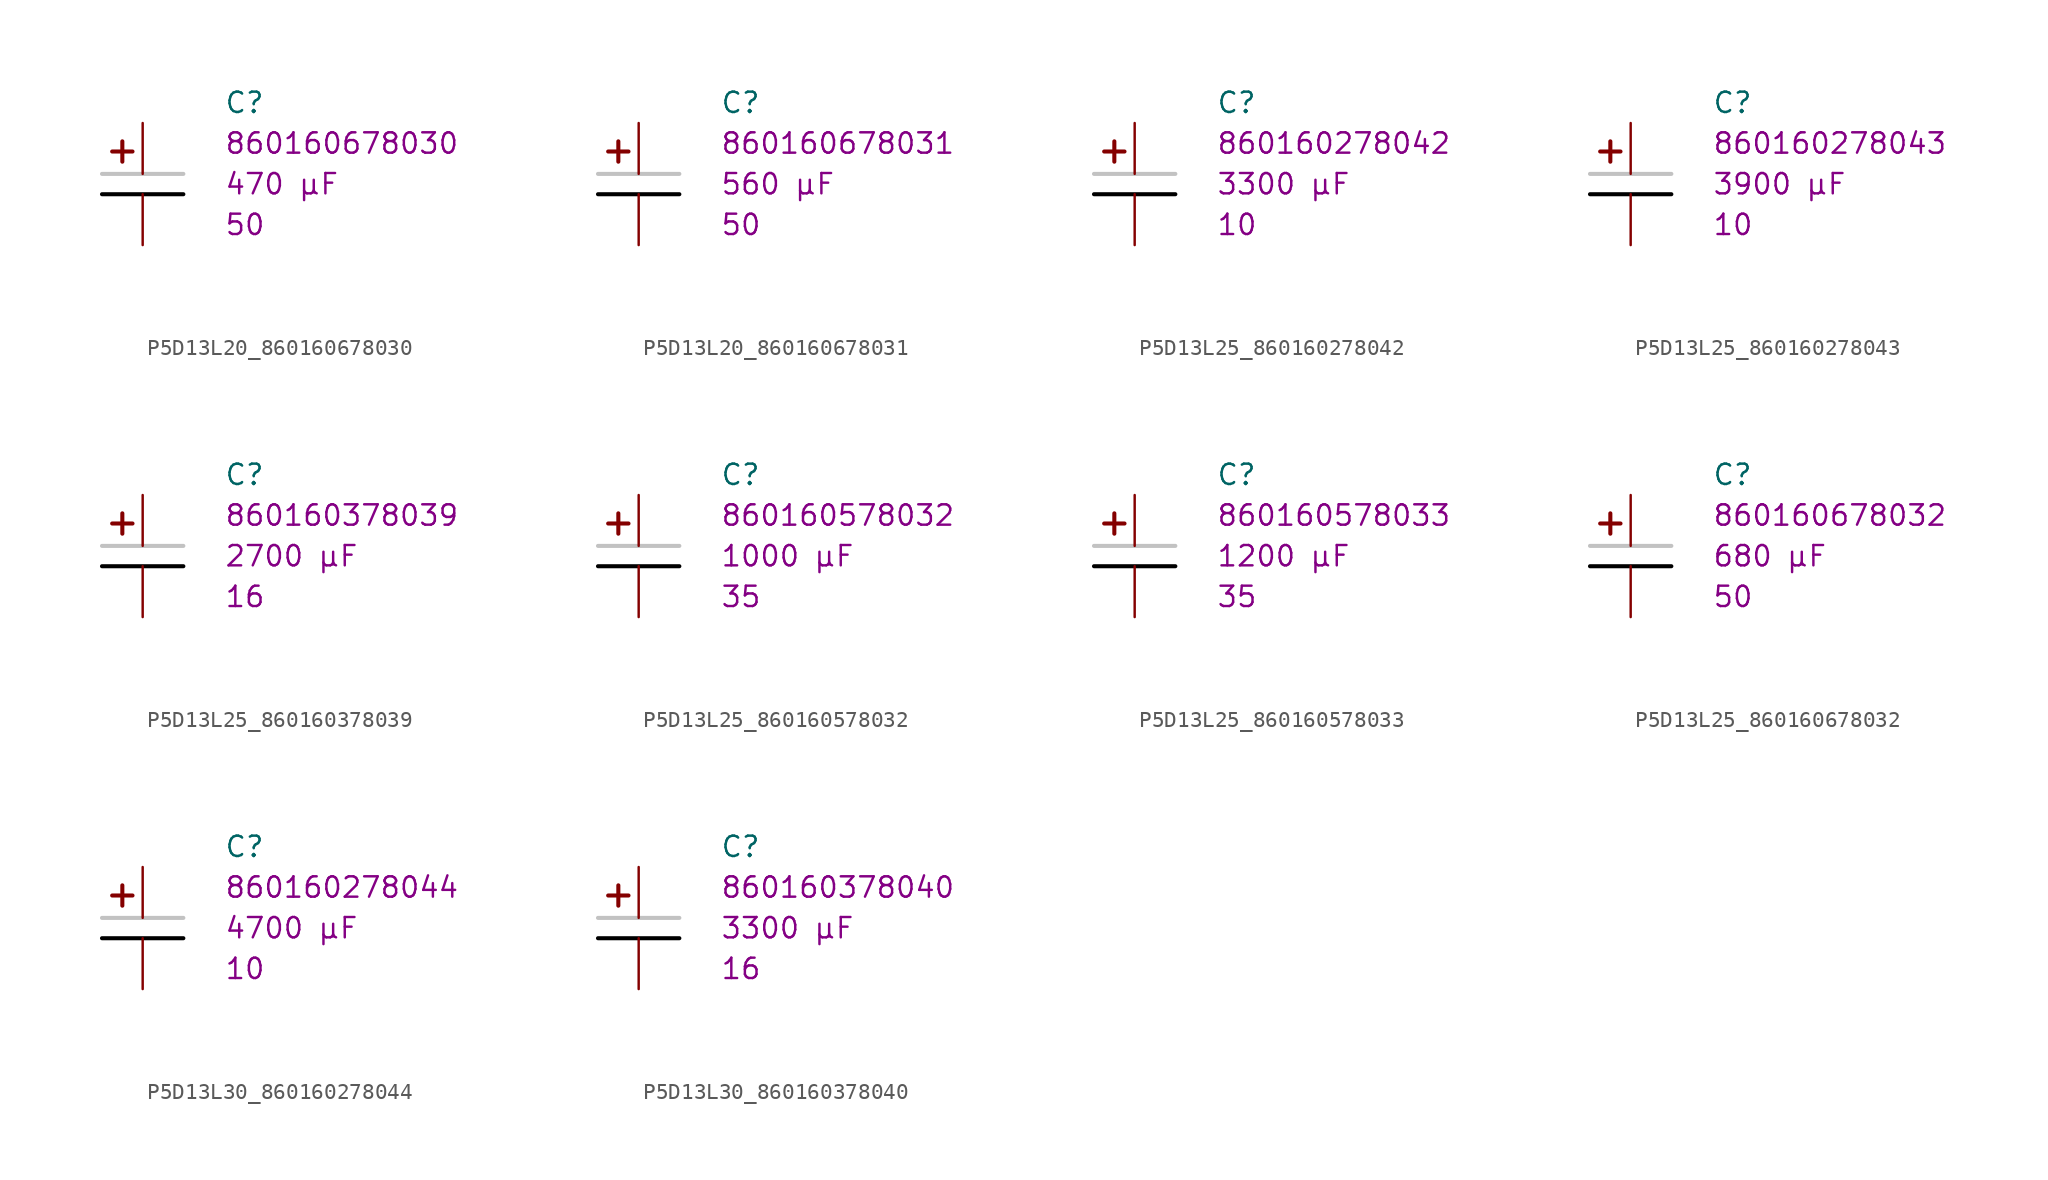
<source format=kicad_sym>
(kicad_symbol_lib
  (version 20220914)
  (generator kicad_symbol_editor)
  (symbol "P5D13L20_860160678030"
    (pin_numbers hide)
    (pin_names hide)
    (property "Reference" "C"
      (at 5.08 5.08 0)
      (effects (font (size 1.27 1.27)) (justify left)))
    (property "Part Number" "860160678030"
      (at 5.08 2.54 0)
      (effects (font (size 1.27 1.27)) (justify left)))
    (property "Capacitance" "470 µF"
      (at 5.08 0 0)
      (effects (font (size 1.27 1.27)) (justify left)))
    (property "Voltage" "50"
      (at 5.08 -2.54 0)
      (effects (font (size 1.27 1.27)) (justify left)))
    (property "Critical Parameter" ""
      (at 0 -7.62 0)
      (effects (font (size 1.27 1.27))))
    (symbol "P5D13L20_860160678030_1_1"
      (polyline (pts (xy -1.27 2.667) (xy -1.27 1.397)) (stroke (width 0.254) (type default)) (fill (type none)))
      (polyline (pts (xy -0.635 2.032) (xy -1.905 2.032)) (stroke (width 0.254) (type default)) (fill (type none)))
      (polyline (pts (xy 2.54 -0.635) (xy -2.54 -0.635)) (stroke (width 0.254) (type default) (color 0 0 0 1)) (fill (type none)))
      (polyline (pts (xy 2.54 0.635) (xy -2.54 0.635)) (stroke (width 0.254) (type default) (color 194 194 194 1)) (fill (type none)))
      (pin passive line (at 0 3.81 270) (length 3.175) (name "1" (effects (font (size 1.27 1.27)))) (number "1" (effects (font (size 1.27 1.27)))))
      (pin passive line (at 0 -3.81 90) (length 3.175) (name "2" (effects (font (size 1.27 1.27)))) (number "2" (effects (font (size 1.27 1.27)))))))
  (symbol "P5D13L20_860160678031"
    (pin_numbers hide)
    (pin_names hide)
    (property "Reference" "C"
      (at 5.08 5.08 0)
      (effects (font (size 1.27 1.27)) (justify left)))
    (property "Part Number" "860160678031"
      (at 5.08 2.54 0)
      (effects (font (size 1.27 1.27)) (justify left)))
    (property "Capacitance" "560 µF"
      (at 5.08 0 0)
      (effects (font (size 1.27 1.27)) (justify left)))
    (property "Voltage" "50"
      (at 5.08 -2.54 0)
      (effects (font (size 1.27 1.27)) (justify left)))
    (property "Critical Parameter" ""
      (at 0 -7.62 0)
      (effects (font (size 1.27 1.27))))
    (symbol "P5D13L20_860160678031_1_1"
      (polyline (pts (xy -1.27 2.667) (xy -1.27 1.397)) (stroke (width 0.254) (type default)) (fill (type none)))
      (polyline (pts (xy -0.635 2.032) (xy -1.905 2.032)) (stroke (width 0.254) (type default)) (fill (type none)))
      (polyline (pts (xy 2.54 -0.635) (xy -2.54 -0.635)) (stroke (width 0.254) (type default) (color 0 0 0 1)) (fill (type none)))
      (polyline (pts (xy 2.54 0.635) (xy -2.54 0.635)) (stroke (width 0.254) (type default) (color 194 194 194 1)) (fill (type none)))
      (pin passive line (at 0 3.81 270) (length 3.175) (name "1" (effects (font (size 1.27 1.27)))) (number "1" (effects (font (size 1.27 1.27)))))
      (pin passive line (at 0 -3.81 90) (length 3.175) (name "2" (effects (font (size 1.27 1.27)))) (number "2" (effects (font (size 1.27 1.27)))))))
  (symbol "P5D13L25_860160278042"
    (pin_numbers hide)
    (pin_names hide)
    (property "Reference" "C"
      (at 5.08 5.08 0)
      (effects (font (size 1.27 1.27)) (justify left)))
    (property "Part Number" "860160278042"
      (at 5.08 2.54 0)
      (effects (font (size 1.27 1.27)) (justify left)))
    (property "Capacitance" "3300 µF"
      (at 5.08 0 0)
      (effects (font (size 1.27 1.27)) (justify left)))
    (property "Voltage" "10"
      (at 5.08 -2.54 0)
      (effects (font (size 1.27 1.27)) (justify left)))
    (property "Critical Parameter" ""
      (at 0 -7.62 0)
      (effects (font (size 1.27 1.27))))
    (symbol "P5D13L25_860160278042_1_1"
      (polyline (pts (xy -1.27 2.667) (xy -1.27 1.397)) (stroke (width 0.254) (type default)) (fill (type none)))
      (polyline (pts (xy -0.635 2.032) (xy -1.905 2.032)) (stroke (width 0.254) (type default)) (fill (type none)))
      (polyline (pts (xy 2.54 -0.635) (xy -2.54 -0.635)) (stroke (width 0.254) (type default) (color 0 0 0 1)) (fill (type none)))
      (polyline (pts (xy 2.54 0.635) (xy -2.54 0.635)) (stroke (width 0.254) (type default) (color 194 194 194 1)) (fill (type none)))
      (pin passive line (at 0 3.81 270) (length 3.175) (name "1" (effects (font (size 1.27 1.27)))) (number "1" (effects (font (size 1.27 1.27)))))
      (pin passive line (at 0 -3.81 90) (length 3.175) (name "2" (effects (font (size 1.27 1.27)))) (number "2" (effects (font (size 1.27 1.27)))))))
  (symbol "P5D13L25_860160278043"
    (pin_numbers hide)
    (pin_names hide)
    (property "Reference" "C"
      (at 5.08 5.08 0)
      (effects (font (size 1.27 1.27)) (justify left)))
    (property "Part Number" "860160278043"
      (at 5.08 2.54 0)
      (effects (font (size 1.27 1.27)) (justify left)))
    (property "Capacitance" "3900 µF"
      (at 5.08 0 0)
      (effects (font (size 1.27 1.27)) (justify left)))
    (property "Voltage" "10"
      (at 5.08 -2.54 0)
      (effects (font (size 1.27 1.27)) (justify left)))
    (property "Critical Parameter" ""
      (at 0 -7.62 0)
      (effects (font (size 1.27 1.27))))
    (symbol "P5D13L25_860160278043_1_1"
      (polyline (pts (xy -1.27 2.667) (xy -1.27 1.397)) (stroke (width 0.254) (type default)) (fill (type none)))
      (polyline (pts (xy -0.635 2.032) (xy -1.905 2.032)) (stroke (width 0.254) (type default)) (fill (type none)))
      (polyline (pts (xy 2.54 -0.635) (xy -2.54 -0.635)) (stroke (width 0.254) (type default) (color 0 0 0 1)) (fill (type none)))
      (polyline (pts (xy 2.54 0.635) (xy -2.54 0.635)) (stroke (width 0.254) (type default) (color 194 194 194 1)) (fill (type none)))
      (pin passive line (at 0 3.81 270) (length 3.175) (name "1" (effects (font (size 1.27 1.27)))) (number "1" (effects (font (size 1.27 1.27)))))
      (pin passive line (at 0 -3.81 90) (length 3.175) (name "2" (effects (font (size 1.27 1.27)))) (number "2" (effects (font (size 1.27 1.27)))))))
  (symbol "P5D13L25_860160378039"
    (pin_numbers hide)
    (pin_names hide)
    (property "Reference" "C"
      (at 5.08 5.08 0)
      (effects (font (size 1.27 1.27)) (justify left)))
    (property "Part Number" "860160378039"
      (at 5.08 2.54 0)
      (effects (font (size 1.27 1.27)) (justify left)))
    (property "Capacitance" "2700 µF"
      (at 5.08 0 0)
      (effects (font (size 1.27 1.27)) (justify left)))
    (property "Voltage" "16"
      (at 5.08 -2.54 0)
      (effects (font (size 1.27 1.27)) (justify left)))
    (property "Critical Parameter" ""
      (at 0 -7.62 0)
      (effects (font (size 1.27 1.27))))
    (symbol "P5D13L25_860160378039_1_1"
      (polyline (pts (xy -1.27 2.667) (xy -1.27 1.397)) (stroke (width 0.254) (type default)) (fill (type none)))
      (polyline (pts (xy -0.635 2.032) (xy -1.905 2.032)) (stroke (width 0.254) (type default)) (fill (type none)))
      (polyline (pts (xy 2.54 -0.635) (xy -2.54 -0.635)) (stroke (width 0.254) (type default) (color 0 0 0 1)) (fill (type none)))
      (polyline (pts (xy 2.54 0.635) (xy -2.54 0.635)) (stroke (width 0.254) (type default) (color 194 194 194 1)) (fill (type none)))
      (pin passive line (at 0 3.81 270) (length 3.175) (name "1" (effects (font (size 1.27 1.27)))) (number "1" (effects (font (size 1.27 1.27)))))
      (pin passive line (at 0 -3.81 90) (length 3.175) (name "2" (effects (font (size 1.27 1.27)))) (number "2" (effects (font (size 1.27 1.27)))))))
  (symbol "P5D13L25_860160578032"
    (pin_numbers hide)
    (pin_names hide)
    (property "Reference" "C"
      (at 5.08 5.08 0)
      (effects (font (size 1.27 1.27)) (justify left)))
    (property "Part Number" "860160578032"
      (at 5.08 2.54 0)
      (effects (font (size 1.27 1.27)) (justify left)))
    (property "Capacitance" "1000 µF"
      (at 5.08 0 0)
      (effects (font (size 1.27 1.27)) (justify left)))
    (property "Voltage" "35"
      (at 5.08 -2.54 0)
      (effects (font (size 1.27 1.27)) (justify left)))
    (property "Critical Parameter" ""
      (at 0 -7.62 0)
      (effects (font (size 1.27 1.27))))
    (symbol "P5D13L25_860160578032_1_1"
      (polyline (pts (xy -1.27 2.667) (xy -1.27 1.397)) (stroke (width 0.254) (type default)) (fill (type none)))
      (polyline (pts (xy -0.635 2.032) (xy -1.905 2.032)) (stroke (width 0.254) (type default)) (fill (type none)))
      (polyline (pts (xy 2.54 -0.635) (xy -2.54 -0.635)) (stroke (width 0.254) (type default) (color 0 0 0 1)) (fill (type none)))
      (polyline (pts (xy 2.54 0.635) (xy -2.54 0.635)) (stroke (width 0.254) (type default) (color 194 194 194 1)) (fill (type none)))
      (pin passive line (at 0 3.81 270) (length 3.175) (name "1" (effects (font (size 1.27 1.27)))) (number "1" (effects (font (size 1.27 1.27)))))
      (pin passive line (at 0 -3.81 90) (length 3.175) (name "2" (effects (font (size 1.27 1.27)))) (number "2" (effects (font (size 1.27 1.27)))))))
  (symbol "P5D13L25_860160578033"
    (pin_numbers hide)
    (pin_names hide)
    (property "Reference" "C"
      (at 5.08 5.08 0)
      (effects (font (size 1.27 1.27)) (justify left)))
    (property "Part Number" "860160578033"
      (at 5.08 2.54 0)
      (effects (font (size 1.27 1.27)) (justify left)))
    (property "Capacitance" "1200 µF"
      (at 5.08 0 0)
      (effects (font (size 1.27 1.27)) (justify left)))
    (property "Voltage" "35"
      (at 5.08 -2.54 0)
      (effects (font (size 1.27 1.27)) (justify left)))
    (property "Critical Parameter" ""
      (at 0 -7.62 0)
      (effects (font (size 1.27 1.27))))
    (symbol "P5D13L25_860160578033_1_1"
      (polyline (pts (xy -1.27 2.667) (xy -1.27 1.397)) (stroke (width 0.254) (type default)) (fill (type none)))
      (polyline (pts (xy -0.635 2.032) (xy -1.905 2.032)) (stroke (width 0.254) (type default)) (fill (type none)))
      (polyline (pts (xy 2.54 -0.635) (xy -2.54 -0.635)) (stroke (width 0.254) (type default) (color 0 0 0 1)) (fill (type none)))
      (polyline (pts (xy 2.54 0.635) (xy -2.54 0.635)) (stroke (width 0.254) (type default) (color 194 194 194 1)) (fill (type none)))
      (pin passive line (at 0 3.81 270) (length 3.175) (name "1" (effects (font (size 1.27 1.27)))) (number "1" (effects (font (size 1.27 1.27)))))
      (pin passive line (at 0 -3.81 90) (length 3.175) (name "2" (effects (font (size 1.27 1.27)))) (number "2" (effects (font (size 1.27 1.27)))))))
  (symbol "P5D13L25_860160678032"
    (pin_numbers hide)
    (pin_names hide)
    (property "Reference" "C"
      (at 5.08 5.08 0)
      (effects (font (size 1.27 1.27)) (justify left)))
    (property "Part Number" "860160678032"
      (at 5.08 2.54 0)
      (effects (font (size 1.27 1.27)) (justify left)))
    (property "Capacitance" "680 µF"
      (at 5.08 0 0)
      (effects (font (size 1.27 1.27)) (justify left)))
    (property "Voltage" "50"
      (at 5.08 -2.54 0)
      (effects (font (size 1.27 1.27)) (justify left)))
    (property "Critical Parameter" ""
      (at 0 -7.62 0)
      (effects (font (size 1.27 1.27))))
    (symbol "P5D13L25_860160678032_1_1"
      (polyline (pts (xy -1.27 2.667) (xy -1.27 1.397)) (stroke (width 0.254) (type default)) (fill (type none)))
      (polyline (pts (xy -0.635 2.032) (xy -1.905 2.032)) (stroke (width 0.254) (type default)) (fill (type none)))
      (polyline (pts (xy 2.54 -0.635) (xy -2.54 -0.635)) (stroke (width 0.254) (type default) (color 0 0 0 1)) (fill (type none)))
      (polyline (pts (xy 2.54 0.635) (xy -2.54 0.635)) (stroke (width 0.254) (type default) (color 194 194 194 1)) (fill (type none)))
      (pin passive line (at 0 3.81 270) (length 3.175) (name "1" (effects (font (size 1.27 1.27)))) (number "1" (effects (font (size 1.27 1.27)))))
      (pin passive line (at 0 -3.81 90) (length 3.175) (name "2" (effects (font (size 1.27 1.27)))) (number "2" (effects (font (size 1.27 1.27)))))))
  (symbol "P5D13L30_860160278044"
    (pin_numbers hide)
    (pin_names hide)
    (property "Reference" "C"
      (at 5.08 5.08 0)
      (effects (font (size 1.27 1.27)) (justify left)))
    (property "Part Number" "860160278044"
      (at 5.08 2.54 0)
      (effects (font (size 1.27 1.27)) (justify left)))
    (property "Capacitance" "4700 µF"
      (at 5.08 0 0)
      (effects (font (size 1.27 1.27)) (justify left)))
    (property "Voltage" "10"
      (at 5.08 -2.54 0)
      (effects (font (size 1.27 1.27)) (justify left)))
    (property "Critical Parameter" ""
      (at 0 -7.62 0)
      (effects (font (size 1.27 1.27))))
    (symbol "P5D13L30_860160278044_1_1"
      (polyline (pts (xy -1.27 2.667) (xy -1.27 1.397)) (stroke (width 0.254) (type default)) (fill (type none)))
      (polyline (pts (xy -0.635 2.032) (xy -1.905 2.032)) (stroke (width 0.254) (type default)) (fill (type none)))
      (polyline (pts (xy 2.54 -0.635) (xy -2.54 -0.635)) (stroke (width 0.254) (type default) (color 0 0 0 1)) (fill (type none)))
      (polyline (pts (xy 2.54 0.635) (xy -2.54 0.635)) (stroke (width 0.254) (type default) (color 194 194 194 1)) (fill (type none)))
      (pin passive line (at 0 3.81 270) (length 3.175) (name "1" (effects (font (size 1.27 1.27)))) (number "1" (effects (font (size 1.27 1.27)))))
      (pin passive line (at 0 -3.81 90) (length 3.175) (name "2" (effects (font (size 1.27 1.27)))) (number "2" (effects (font (size 1.27 1.27)))))))
  (symbol "P5D13L30_860160378040"
    (pin_numbers hide)
    (pin_names hide)
    (property "Reference" "C"
      (at 5.08 5.08 0)
      (effects (font (size 1.27 1.27)) (justify left)))
    (property "Part Number" "860160378040"
      (at 5.08 2.54 0)
      (effects (font (size 1.27 1.27)) (justify left)))
    (property "Capacitance" "3300 µF"
      (at 5.08 0 0)
      (effects (font (size 1.27 1.27)) (justify left)))
    (property "Voltage" "16"
      (at 5.08 -2.54 0)
      (effects (font (size 1.27 1.27)) (justify left)))
    (property "Critical Parameter" ""
      (at 0 -7.62 0)
      (effects (font (size 1.27 1.27))))
    (symbol "P5D13L30_860160378040_1_1"
      (polyline (pts (xy -1.27 2.667) (xy -1.27 1.397)) (stroke (width 0.254) (type default)) (fill (type none)))
      (polyline (pts (xy -0.635 2.032) (xy -1.905 2.032)) (stroke (width 0.254) (type default)) (fill (type none)))
      (polyline (pts (xy 2.54 -0.635) (xy -2.54 -0.635)) (stroke (width 0.254) (type default) (color 0 0 0 1)) (fill (type none)))
      (polyline (pts (xy 2.54 0.635) (xy -2.54 0.635)) (stroke (width 0.254) (type default) (color 194 194 194 1)) (fill (type none)))
      (pin passive line (at 0 3.81 270) (length 3.175) (name "1" (effects (font (size 1.27 1.27)))) (number "1" (effects (font (size 1.27 1.27)))))
      (pin passive line (at 0 -3.81 90) (length 3.175) (name "2" (effects (font (size 1.27 1.27)))) (number "2" (effects (font (size 1.27 1.27))))))))
</source>
